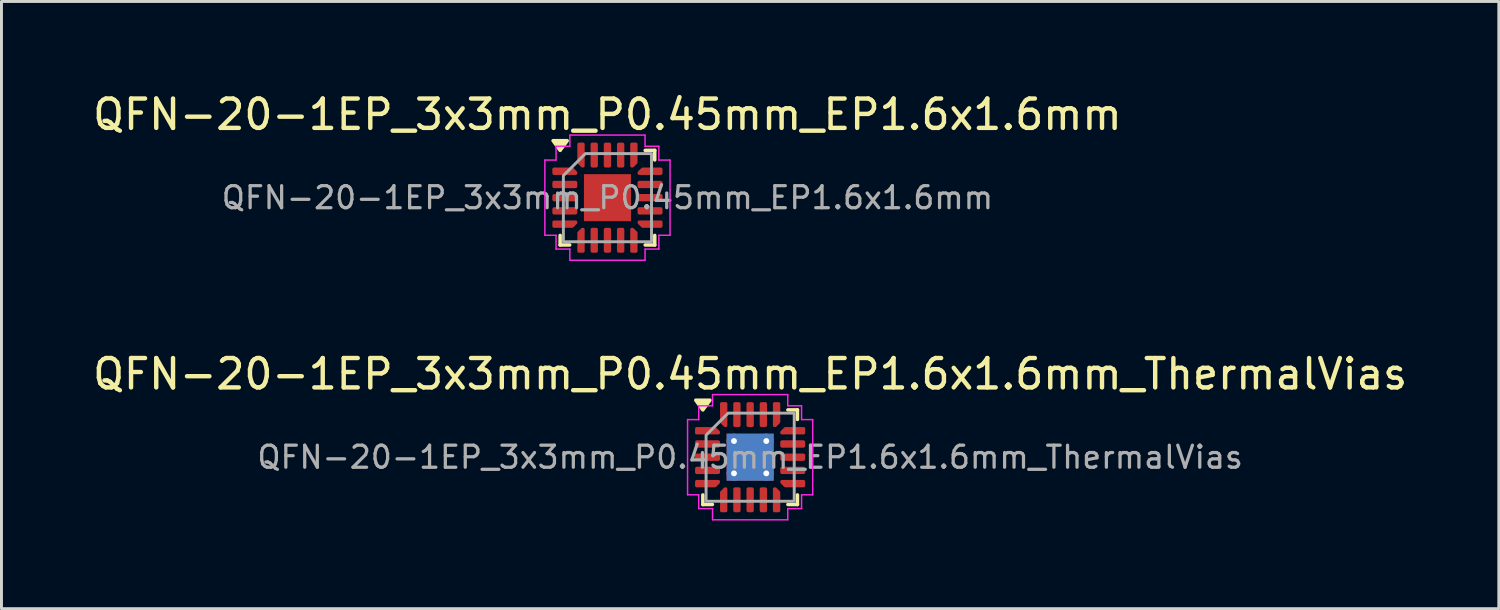
<source format=kicad_pcb>
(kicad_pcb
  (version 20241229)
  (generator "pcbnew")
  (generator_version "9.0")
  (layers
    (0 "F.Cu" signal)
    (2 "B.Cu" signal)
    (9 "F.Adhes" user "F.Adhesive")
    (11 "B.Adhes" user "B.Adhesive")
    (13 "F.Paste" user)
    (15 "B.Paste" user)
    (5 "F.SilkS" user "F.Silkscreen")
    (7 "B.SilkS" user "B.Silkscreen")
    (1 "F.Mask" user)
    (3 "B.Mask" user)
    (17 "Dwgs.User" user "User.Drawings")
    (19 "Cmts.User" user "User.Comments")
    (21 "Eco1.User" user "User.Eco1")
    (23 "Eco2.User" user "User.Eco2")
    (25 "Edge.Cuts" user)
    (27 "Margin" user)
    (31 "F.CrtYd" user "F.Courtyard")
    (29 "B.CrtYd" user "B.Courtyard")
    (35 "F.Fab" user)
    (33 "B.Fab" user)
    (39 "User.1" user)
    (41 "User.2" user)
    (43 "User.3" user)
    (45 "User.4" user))
  (footprint "QFN-20-1EP_3x3mm_P0.45mm_EP1.6x1.6mm"
    (layer "F.Cu")
    (at 17.625 3.678)
    (property "Reference" "QFN-20-1EP_3x3mm_P0.45mm_EP1.6x1.6mm" (at 0 -2.83 0) (layer "F.SilkS") (effects (font (size 1 1) (thickness 0.15))))
    (attr smd)
    (fp_line (start -1.61 1.61) (end -1.61 1.285) (stroke (width 0.12) (type solid)) (layer "F.SilkS"))
    (fp_line (start -1.285 1.61) (end -1.61 1.61) (stroke (width 0.12) (type solid)) (layer "F.SilkS"))
    (fp_line (start 1.285 -1.61) (end 1.61 -1.61) (stroke (width 0.12) (type solid)) (layer "F.SilkS"))
    (fp_line (start 1.285 1.61) (end 1.61 1.61) (stroke (width 0.12) (type solid)) (layer "F.SilkS"))
    (fp_line (start 1.61 -1.61) (end 1.61 -1.285) (stroke (width 0.12) (type solid)) (layer "F.SilkS"))
    (fp_line (start 1.61 1.61) (end 1.61 1.285) (stroke (width 0.12) (type solid)) (layer "F.SilkS"))
    (fp_poly (pts (xy -1.61 -1.61) (xy -1.85 -1.94) (xy -1.37 -1.94)) (stroke (width 0.12) (type solid)) (fill yes) (layer "F.SilkS"))
    (fp_line (start -2.13 -1.28) (end -1.75 -1.28) (stroke (width 0.05) (type solid)) (layer "F.CrtYd"))
    (fp_line (start -2.13 1.28) (end -2.13 -1.28) (stroke (width 0.05) (type solid)) (layer "F.CrtYd"))
    (fp_line (start -1.75 -1.75) (end -1.28 -1.75) (stroke (width 0.05) (type solid)) (layer "F.CrtYd"))
    (fp_line (start -1.75 -1.28) (end -1.75 -1.75) (stroke (width 0.05) (type solid)) (layer "F.CrtYd"))
    (fp_line (start -1.75 1.28) (end -2.13 1.28) (stroke (width 0.05) (type solid)) (layer "F.CrtYd"))
    (fp_line (start -1.75 1.75) (end -1.75 1.28) (stroke (width 0.05) (type solid)) (layer "F.CrtYd"))
    (fp_line (start -1.28 -2.13) (end 1.28 -2.13) (stroke (width 0.05) (type solid)) (layer "F.CrtYd"))
    (fp_line (start -1.28 -1.75) (end -1.28 -2.13) (stroke (width 0.05) (type solid)) (layer "F.CrtYd"))
    (fp_line (start -1.28 1.75) (end -1.75 1.75) (stroke (width 0.05) (type solid)) (layer "F.CrtYd"))
    (fp_line (start -1.28 2.13) (end -1.28 1.75) (stroke (width 0.05) (type solid)) (layer "F.CrtYd"))
    (fp_line (start 1.28 -2.13) (end 1.28 -1.75) (stroke (width 0.05) (type solid)) (layer "F.CrtYd"))
    (fp_line (start 1.28 -1.75) (end 1.75 -1.75) (stroke (width 0.05) (type solid)) (layer "F.CrtYd"))
    (fp_line (start 1.28 1.75) (end 1.28 2.13) (stroke (width 0.05) (type solid)) (layer "F.CrtYd"))
    (fp_line (start 1.28 2.13) (end -1.28 2.13) (stroke (width 0.05) (type solid)) (layer "F.CrtYd"))
    (fp_line (start 1.75 -1.75) (end 1.75 -1.28) (stroke (width 0.05) (type solid)) (layer "F.CrtYd"))
    (fp_line (start 1.75 -1.28) (end 2.13 -1.28) (stroke (width 0.05) (type solid)) (layer "F.CrtYd"))
    (fp_line (start 1.75 1.28) (end 1.75 1.75) (stroke (width 0.05) (type solid)) (layer "F.CrtYd"))
    (fp_line (start 1.75 1.75) (end 1.28 1.75) (stroke (width 0.05) (type solid)) (layer "F.CrtYd"))
    (fp_line (start 2.13 -1.28) (end 2.13 1.28) (stroke (width 0.05) (type solid)) (layer "F.CrtYd"))
    (fp_line (start 2.13 1.28) (end 1.75 1.28) (stroke (width 0.05) (type solid)) (layer "F.CrtYd"))
    (fp_poly (pts (xy -1.5 -0.75) (xy -1.5 1.5) (xy 1.5 1.5) (xy 1.5 -1.5) (xy -0.75 -1.5)) (stroke (width 0.1) (type solid)) (fill no) (layer "F.Fab"))
    (fp_text user "${REFERENCE}" (at 0 0 0) (layer "F.Fab") (effects (font (size 0.75 0.75) (thickness 0.11))))
    (pad "" smd roundrect (at -0.4 -0.4) (size 0.64 0.64) (layers "F.Paste") (roundrect_rratio 0.25))
    (pad "" smd roundrect (at -0.4 0.4) (size 0.64 0.64) (layers "F.Paste") (roundrect_rratio 0.25))
    (pad "" smd roundrect (at 0.4 -0.4) (size 0.64 0.64) (layers "F.Paste") (roundrect_rratio 0.25))
    (pad "" smd roundrect (at 0.4 0.4) (size 0.64 0.64) (layers "F.Paste") (roundrect_rratio 0.25))
    (pad "1" smd custom (at -1.45 -0.9) (size 0.144 0.144) (layers "F.Cu" "F.Mask" "F.Paste") (options (anchor circle)) (primitives (gr_poly (pts (xy -0.375 -0.075) (xy 0.254 -0.075) (xy 0.375 0.046) (xy 0.375 0.075) (xy -0.375 0.075)) (width 0.1) (fill yes))))
    (pad "2" smd roundrect (at -1.45 -0.45) (size 0.85 0.25) (layers "F.Cu" "F.Mask" "F.Paste") (roundrect_rratio 0.25))
    (pad "3" smd roundrect (at -1.45 0) (size 0.85 0.25) (layers "F.Cu" "F.Mask" "F.Paste") (roundrect_rratio 0.25))
    (pad "4" smd roundrect (at -1.45 0.45) (size 0.85 0.25) (layers "F.Cu" "F.Mask" "F.Paste") (roundrect_rratio 0.25))
    (pad "5" smd custom (at -1.45 0.9) (size 0.144 0.144) (layers "F.Cu" "F.Mask" "F.Paste") (options (anchor circle)) (primitives (gr_poly (pts (xy -0.375 -0.075) (xy 0.375 -0.075) (xy 0.375 -0.046) (xy 0.254 0.075) (xy -0.375 0.075)) (width 0.1) (fill yes))))
    (pad "6" smd custom (at -0.9 1.45) (size 0.144 0.144) (layers "F.Cu" "F.Mask" "F.Paste") (options (anchor circle)) (primitives (gr_poly (pts (xy -0.075 -0.254) (xy 0.046 -0.375) (xy 0.075 -0.375) (xy 0.075 0.375) (xy -0.075 0.375)) (width 0.1) (fill yes))))
    (pad "7" smd roundrect (at -0.45 1.45) (size 0.25 0.85) (layers "F.Cu" "F.Mask" "F.Paste") (roundrect_rratio 0.25))
    (pad "8" smd roundrect (at 0 1.45) (size 0.25 0.85) (layers "F.Cu" "F.Mask" "F.Paste") (roundrect_rratio 0.25))
    (pad "9" smd roundrect (at 0.45 1.45) (size 0.25 0.85) (layers "F.Cu" "F.Mask" "F.Paste") (roundrect_rratio 0.25))
    (pad "10" smd custom (at 0.9 1.45) (size 0.144 0.144) (layers "F.Cu" "F.Mask" "F.Paste") (options (anchor circle)) (primitives (gr_poly (pts (xy -0.075 -0.375) (xy -0.046 -0.375) (xy 0.075 -0.254) (xy 0.075 0.375) (xy -0.075 0.375)) (width 0.1) (fill yes))))
    (pad "11" smd custom (at 1.45 0.9) (size 0.144 0.144) (layers "F.Cu" "F.Mask" "F.Paste") (options (anchor circle)) (primitives (gr_poly (pts (xy -0.375 -0.075) (xy 0.375 -0.075) (xy 0.375 0.075) (xy -0.254 0.075) (xy -0.375 -0.046)) (width 0.1) (fill yes))))
    (pad "12" smd roundrect (at 1.45 0.45) (size 0.85 0.25) (layers "F.Cu" "F.Mask" "F.Paste") (roundrect_rratio 0.25))
    (pad "13" smd roundrect (at 1.45 0) (size 0.85 0.25) (layers "F.Cu" "F.Mask" "F.Paste") (roundrect_rratio 0.25))
    (pad "14" smd roundrect (at 1.45 -0.45) (size 0.85 0.25) (layers "F.Cu" "F.Mask" "F.Paste") (roundrect_rratio 0.25))
    (pad "15" smd custom (at 1.45 -0.9) (size 0.144 0.144) (layers "F.Cu" "F.Mask" "F.Paste") (options (anchor circle)) (primitives (gr_poly (pts (xy -0.375 0.046) (xy -0.254 -0.075) (xy 0.375 -0.075) (xy 0.375 0.075) (xy -0.375 0.075)) (width 0.1) (fill yes))))
    (pad "16" smd custom (at 0.9 -1.45) (size 0.144 0.144) (layers "F.Cu" "F.Mask" "F.Paste") (options (anchor circle)) (primitives (gr_poly (pts (xy -0.075 -0.375) (xy 0.075 -0.375) (xy 0.075 0.254) (xy -0.046 0.375) (xy -0.075 0.375)) (width 0.1) (fill yes))))
    (pad "17" smd roundrect (at 0.45 -1.45) (size 0.25 0.85) (layers "F.Cu" "F.Mask" "F.Paste") (roundrect_rratio 0.25))
    (pad "18" smd roundrect (at 0 -1.45) (size 0.25 0.85) (layers "F.Cu" "F.Mask" "F.Paste") (roundrect_rratio 0.25))
    (pad "19" smd roundrect (at -0.45 -1.45) (size 0.25 0.85) (layers "F.Cu" "F.Mask" "F.Paste") (roundrect_rratio 0.25))
    (pad "20" smd custom (at -0.9 -1.45) (size 0.144 0.144) (layers "F.Cu" "F.Mask" "F.Paste") (options (anchor circle)) (primitives (gr_poly (pts (xy -0.075 -0.375) (xy 0.075 -0.375) (xy 0.075 0.375) (xy 0.046 0.375) (xy -0.075 0.254)) (width 0.1) (fill yes))))
    (pad "21" smd rect (at 0 0) (size 1.6 1.6) (property pad_prop_heatsink) (layers "F.Cu" "F.Mask")))
  (footprint "QFN-20-1EP_3x3mm_P0.45mm_EP1.6x1.6mm_ThermalVias"
    (layer "F.Cu")
    (at 22.482 12.511)
    (property "Reference" "QFN-20-1EP_3x3mm_P0.45mm_EP1.6x1.6mm_ThermalVias" (at 0 -2.83 0) (layer "F.SilkS") (effects (font (size 1 1) (thickness 0.15))))
    (attr smd)
    (fp_line (start -1.61 1.61) (end -1.61 1.285) (stroke (width 0.12) (type solid)) (layer "F.SilkS"))
    (fp_line (start -1.285 1.61) (end -1.61 1.61) (stroke (width 0.12) (type solid)) (layer "F.SilkS"))
    (fp_line (start 1.285 -1.61) (end 1.61 -1.61) (stroke (width 0.12) (type solid)) (layer "F.SilkS"))
    (fp_line (start 1.285 1.61) (end 1.61 1.61) (stroke (width 0.12) (type solid)) (layer "F.SilkS"))
    (fp_line (start 1.61 -1.61) (end 1.61 -1.285) (stroke (width 0.12) (type solid)) (layer "F.SilkS"))
    (fp_line (start 1.61 1.61) (end 1.61 1.285) (stroke (width 0.12) (type solid)) (layer "F.SilkS"))
    (fp_poly (pts (xy -1.61 -1.61) (xy -1.85 -1.94) (xy -1.37 -1.94)) (stroke (width 0.12) (type solid)) (fill yes) (layer "F.SilkS"))
    (fp_line (start -2.13 -1.28) (end -1.75 -1.28) (stroke (width 0.05) (type solid)) (layer "F.CrtYd"))
    (fp_line (start -2.13 1.28) (end -2.13 -1.28) (stroke (width 0.05) (type solid)) (layer "F.CrtYd"))
    (fp_line (start -1.75 -1.75) (end -1.28 -1.75) (stroke (width 0.05) (type solid)) (layer "F.CrtYd"))
    (fp_line (start -1.75 -1.28) (end -1.75 -1.75) (stroke (width 0.05) (type solid)) (layer "F.CrtYd"))
    (fp_line (start -1.75 1.28) (end -2.13 1.28) (stroke (width 0.05) (type solid)) (layer "F.CrtYd"))
    (fp_line (start -1.75 1.75) (end -1.75 1.28) (stroke (width 0.05) (type solid)) (layer "F.CrtYd"))
    (fp_line (start -1.28 -2.13) (end 1.28 -2.13) (stroke (width 0.05) (type solid)) (layer "F.CrtYd"))
    (fp_line (start -1.28 -1.75) (end -1.28 -2.13) (stroke (width 0.05) (type solid)) (layer "F.CrtYd"))
    (fp_line (start -1.28 1.75) (end -1.75 1.75) (stroke (width 0.05) (type solid)) (layer "F.CrtYd"))
    (fp_line (start -1.28 2.13) (end -1.28 1.75) (stroke (width 0.05) (type solid)) (layer "F.CrtYd"))
    (fp_line (start 1.28 -2.13) (end 1.28 -1.75) (stroke (width 0.05) (type solid)) (layer "F.CrtYd"))
    (fp_line (start 1.28 -1.75) (end 1.75 -1.75) (stroke (width 0.05) (type solid)) (layer "F.CrtYd"))
    (fp_line (start 1.28 1.75) (end 1.28 2.13) (stroke (width 0.05) (type solid)) (layer "F.CrtYd"))
    (fp_line (start 1.28 2.13) (end -1.28 2.13) (stroke (width 0.05) (type solid)) (layer "F.CrtYd"))
    (fp_line (start 1.75 -1.75) (end 1.75 -1.28) (stroke (width 0.05) (type solid)) (layer "F.CrtYd"))
    (fp_line (start 1.75 -1.28) (end 2.13 -1.28) (stroke (width 0.05) (type solid)) (layer "F.CrtYd"))
    (fp_line (start 1.75 1.28) (end 1.75 1.75) (stroke (width 0.05) (type solid)) (layer "F.CrtYd"))
    (fp_line (start 1.75 1.75) (end 1.28 1.75) (stroke (width 0.05) (type solid)) (layer "F.CrtYd"))
    (fp_line (start 2.13 -1.28) (end 2.13 1.28) (stroke (width 0.05) (type solid)) (layer "F.CrtYd"))
    (fp_line (start 2.13 1.28) (end 1.75 1.28) (stroke (width 0.05) (type solid)) (layer "F.CrtYd"))
    (fp_poly (pts (xy -1.5 -0.75) (xy -1.5 1.5) (xy 1.5 1.5) (xy 1.5 -1.5) (xy -0.75 -1.5)) (stroke (width 0.1) (type solid)) (fill no) (layer "F.Fab"))
    (fp_text user "${REFERENCE}" (at 0 0 0) (layer "F.Fab") (effects (font (size 0.75 0.75) (thickness 0.11))))
    (pad "" smd roundrect (at -0.4 -0.4) (size 0.69 0.69) (layers "F.Paste") (roundrect_rratio 0.25))
    (pad "" smd roundrect (at -0.4 0.4) (size 0.69 0.69) (layers "F.Paste") (roundrect_rratio 0.25))
    (pad "" smd roundrect (at 0.4 -0.4) (size 0.69 0.69) (layers "F.Paste") (roundrect_rratio 0.25))
    (pad "" smd roundrect (at 0.4 0.4) (size 0.69 0.69) (layers "F.Paste") (roundrect_rratio 0.25))
    (pad "1" smd custom (at -1.45 -0.9) (size 0.144 0.144) (layers "F.Cu" "F.Mask" "F.Paste") (options (anchor circle)) (primitives (gr_poly (pts (xy -0.375 -0.075) (xy 0.254 -0.075) (xy 0.375 0.046) (xy 0.375 0.075) (xy -0.375 0.075)) (width 0.1) (fill yes))))
    (pad "2" smd roundrect (at -1.45 -0.45) (size 0.85 0.25) (layers "F.Cu" "F.Mask" "F.Paste") (roundrect_rratio 0.25))
    (pad "3" smd roundrect (at -1.45 0) (size 0.85 0.25) (layers "F.Cu" "F.Mask" "F.Paste") (roundrect_rratio 0.25))
    (pad "4" smd roundrect (at -1.45 0.45) (size 0.85 0.25) (layers "F.Cu" "F.Mask" "F.Paste") (roundrect_rratio 0.25))
    (pad "5" smd custom (at -1.45 0.9) (size 0.144 0.144) (layers "F.Cu" "F.Mask" "F.Paste") (options (anchor circle)) (primitives (gr_poly (pts (xy -0.375 -0.075) (xy 0.375 -0.075) (xy 0.375 -0.046) (xy 0.254 0.075) (xy -0.375 0.075)) (width 0.1) (fill yes))))
    (pad "6" smd custom (at -0.9 1.45) (size 0.144 0.144) (layers "F.Cu" "F.Mask" "F.Paste") (options (anchor circle)) (primitives (gr_poly (pts (xy -0.075 -0.254) (xy 0.046 -0.375) (xy 0.075 -0.375) (xy 0.075 0.375) (xy -0.075 0.375)) (width 0.1) (fill yes))))
    (pad "7" smd roundrect (at -0.45 1.45) (size 0.25 0.85) (layers "F.Cu" "F.Mask" "F.Paste") (roundrect_rratio 0.25))
    (pad "8" smd roundrect (at 0 1.45) (size 0.25 0.85) (layers "F.Cu" "F.Mask" "F.Paste") (roundrect_rratio 0.25))
    (pad "9" smd roundrect (at 0.45 1.45) (size 0.25 0.85) (layers "F.Cu" "F.Mask" "F.Paste") (roundrect_rratio 0.25))
    (pad "10" smd custom (at 0.9 1.45) (size 0.144 0.144) (layers "F.Cu" "F.Mask" "F.Paste") (options (anchor circle)) (primitives (gr_poly (pts (xy -0.075 -0.375) (xy -0.046 -0.375) (xy 0.075 -0.254) (xy 0.075 0.375) (xy -0.075 0.375)) (width 0.1) (fill yes))))
    (pad "11" smd custom (at 1.45 0.9) (size 0.144 0.144) (layers "F.Cu" "F.Mask" "F.Paste") (options (anchor circle)) (primitives (gr_poly (pts (xy -0.375 -0.075) (xy 0.375 -0.075) (xy 0.375 0.075) (xy -0.254 0.075) (xy -0.375 -0.046)) (width 0.1) (fill yes))))
    (pad "12" smd roundrect (at 1.45 0.45) (size 0.85 0.25) (layers "F.Cu" "F.Mask" "F.Paste") (roundrect_rratio 0.25))
    (pad "13" smd roundrect (at 1.45 0) (size 0.85 0.25) (layers "F.Cu" "F.Mask" "F.Paste") (roundrect_rratio 0.25))
    (pad "14" smd roundrect (at 1.45 -0.45) (size 0.85 0.25) (layers "F.Cu" "F.Mask" "F.Paste") (roundrect_rratio 0.25))
    (pad "15" smd custom (at 1.45 -0.9) (size 0.144 0.144) (layers "F.Cu" "F.Mask" "F.Paste") (options (anchor circle)) (primitives (gr_poly (pts (xy -0.375 0.046) (xy -0.254 -0.075) (xy 0.375 -0.075) (xy 0.375 0.075) (xy -0.375 0.075)) (width 0.1) (fill yes))))
    (pad "16" smd custom (at 0.9 -1.45) (size 0.144 0.144) (layers "F.Cu" "F.Mask" "F.Paste") (options (anchor circle)) (primitives (gr_poly (pts (xy -0.075 -0.375) (xy 0.075 -0.375) (xy 0.075 0.254) (xy -0.046 0.375) (xy -0.075 0.375)) (width 0.1) (fill yes))))
    (pad "17" smd roundrect (at 0.45 -1.45) (size 0.25 0.85) (layers "F.Cu" "F.Mask" "F.Paste") (roundrect_rratio 0.25))
    (pad "18" smd roundrect (at 0 -1.45) (size 0.25 0.85) (layers "F.Cu" "F.Mask" "F.Paste") (roundrect_rratio 0.25))
    (pad "19" smd roundrect (at -0.45 -1.45) (size 0.25 0.85) (layers "F.Cu" "F.Mask" "F.Paste") (roundrect_rratio 0.25))
    (pad "20" smd custom (at -0.9 -1.45) (size 0.144 0.144) (layers "F.Cu" "F.Mask" "F.Paste") (options (anchor circle)) (primitives (gr_poly (pts (xy -0.075 -0.375) (xy 0.075 -0.375) (xy 0.075 0.375) (xy 0.046 0.375) (xy -0.075 0.254)) (width 0.1) (fill yes))))
    (pad "21" thru_hole circle (at -0.55 -0.55) (size 0.5 0.5) (drill 0.2) (property pad_prop_heatsink) (layers "*.Cu"))
    (pad "21" thru_hole circle (at -0.55 0.55) (size 0.5 0.5) (drill 0.2) (property pad_prop_heatsink) (layers "*.Cu"))
    (pad "21" smd rect (at 0 0) (size 1.6 1.6) (property pad_prop_heatsink) (layers "F.Cu" "F.Mask"))
    (pad "21" smd rect (at 0 0) (size 1.6 1.6) (property pad_prop_heatsink) (layers "B.Cu"))
    (pad "21" thru_hole circle (at 0.55 -0.55) (size 0.5 0.5) (drill 0.2) (property pad_prop_heatsink) (layers "*.Cu"))
    (pad "21" thru_hole circle (at 0.55 0.55) (size 0.5 0.5) (drill 0.2) (property pad_prop_heatsink) (layers "*.Cu")))
  (gr_rect
    (start -3 -3)
    (end 47.964 17.666)
    (stroke (width 0.1) (type default))
    (fill no)
    (layer "Edge.Cuts")))
</source>
